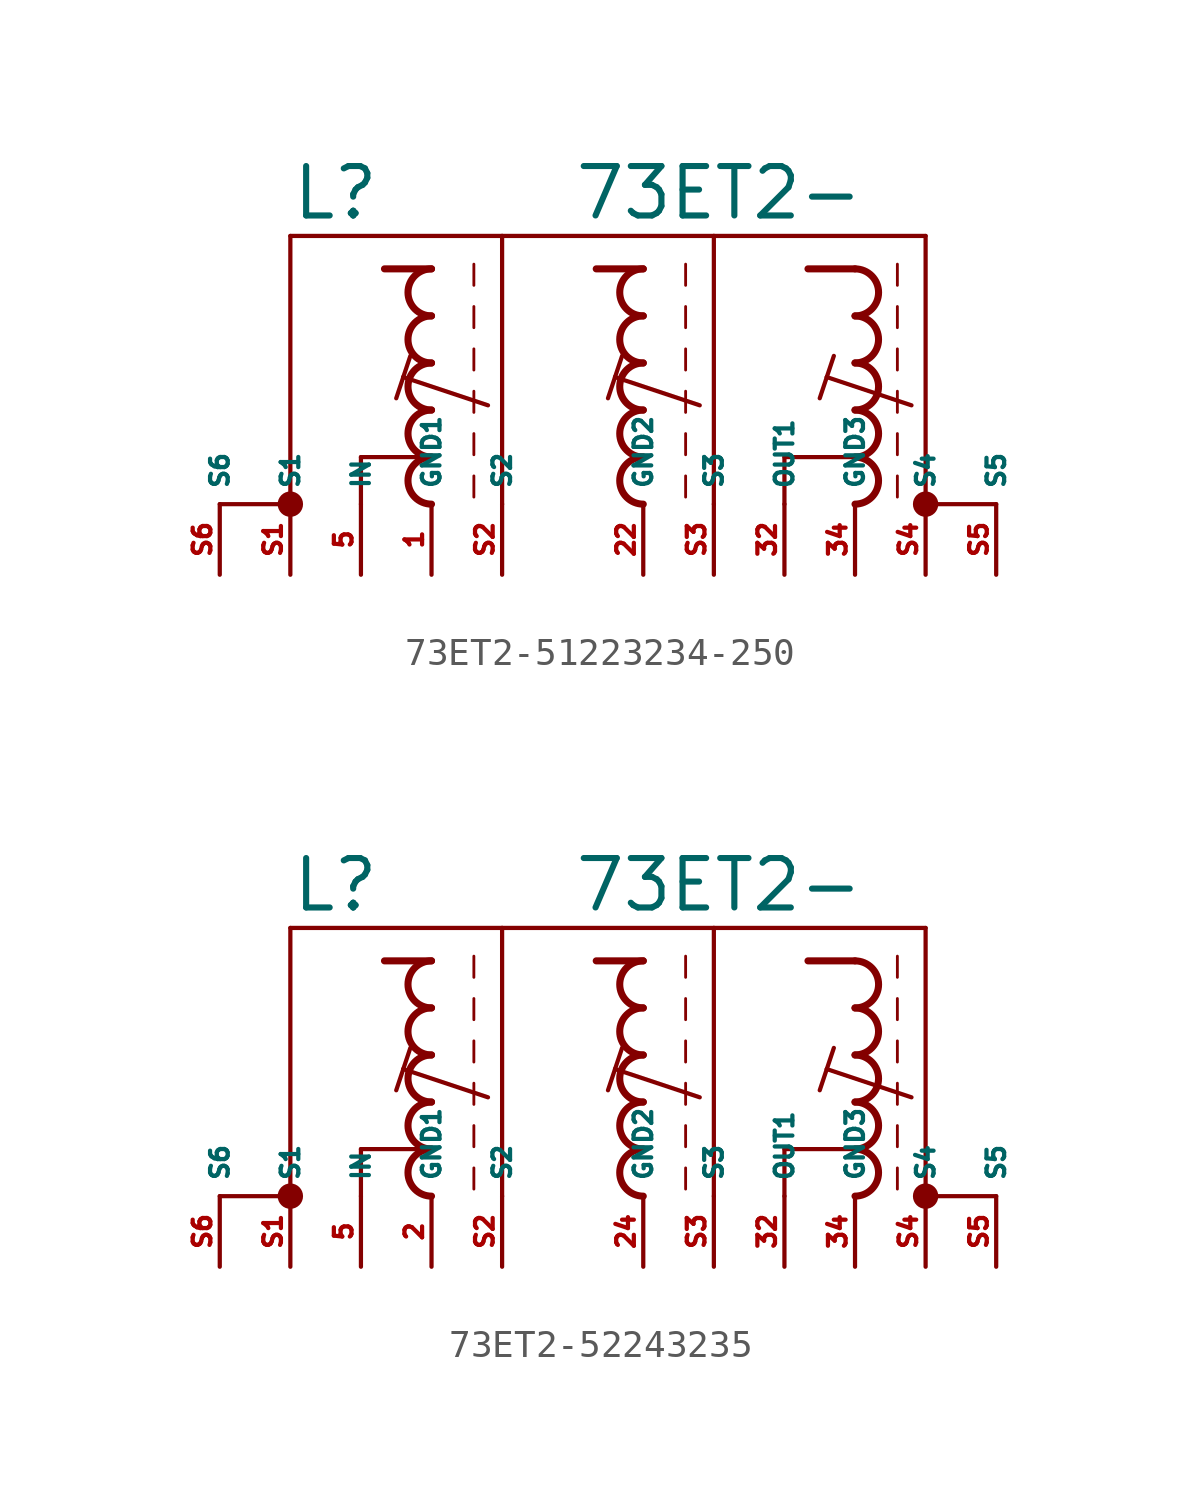
<source format=kicad_sym>
(kicad_symbol_lib
  (version 20220914)
  (generator kicad_symbol_editor)
  (symbol "73ET2-51223234-250"
    (property "Reference" "L"
      (at -12.7 7.62 0)
      (effects (font (size 1.778 1.778) (thickness 0.22)) (justify left bottom)))
    (property "Value" "73ET2-"
      (at -2.54 7.62 0)
      (effects (font (size 1.778 1.778) (thickness 0.22)) (justify left bottom)))
    (symbol "73ET2-51223234-250_1_1"
      (circle (center -12.7 -2.54) (radius 0.254) (stroke (width 0.406) (type default)) (fill (type none)))
      (arc (start -7.62 -0.8466) (mid -8.4664 -1.6933) (end -7.62 -2.54) (stroke (width 0.254) (type default)) (fill (type none)))
      (arc (start -7.62 0.8466) (mid -8.4662 0) (end -7.62 -0.8466) (stroke (width 0.254) (type default)) (fill (type none)))
      (arc (start -7.62 2.54) (mid -8.4664 1.6933) (end -7.62 0.8466) (stroke (width 0.254) (type default)) (fill (type none)))
      (arc (start -7.62 4.2334) (mid -8.4664 3.3867) (end -7.62 2.54) (stroke (width 0.254) (type default)) (fill (type none)))
      (arc (start -7.62 5.9266) (mid -8.4662 5.08) (end -7.62 4.2334) (stroke (width 0.254) (type default)) (fill (type none)))
      (arc (start 0 -0.8466) (mid -0.8464 -1.6933) (end 0 -2.54) (stroke (width 0.254) (type default)) (fill (type none)))
      (polyline (pts (xy -15.24 -2.54) (xy -12.7 -2.54)) (stroke (width 0.152) (type default)) (fill (type none)))
      (polyline (pts (xy -12.7 -2.54) (xy -12.7 7.112)) (stroke (width 0.152) (type default)) (fill (type none)))
      (polyline (pts (xy -12.7 7.112) (xy -5.08 7.112)) (stroke (width 0.152) (type default)) (fill (type none)))
      (polyline (pts (xy -10.16 -2.54) (xy -10.16 -0.847)) (stroke (width 0.152) (type default)) (fill (type none)))
      (polyline (pts (xy -10.16 -0.847) (xy -7.62 -0.847)) (stroke (width 0.152) (type default)) (fill (type none)))
      (polyline (pts (xy -8.636 2.032) (xy -8.89 1.27)) (stroke (width 0.152) (type default)) (fill (type none)))
      (polyline (pts (xy -8.382 2.794) (xy -8.636 2.032)) (stroke (width 0.152) (type default)) (fill (type none)))
      (polyline (pts (xy -7.62 5.927) (xy -9.313 5.927)) (stroke (width 0.254) (type default)) (fill (type none)))
      (polyline (pts (xy -6.096 -1.524) (xy -6.096 -2.286)) (stroke (width 0.102) (type default)) (fill (type none)))
      (polyline (pts (xy -6.096 0) (xy -6.096 -0.762)) (stroke (width 0.102) (type default)) (fill (type none)))
      (polyline (pts (xy -6.096 1.524) (xy -6.096 0.762)) (stroke (width 0.102) (type default)) (fill (type none)))
      (polyline (pts (xy -6.096 3.048) (xy -6.096 2.286)) (stroke (width 0.102) (type default)) (fill (type none)))
      (polyline (pts (xy -6.096 4.572) (xy -6.096 3.81)) (stroke (width 0.102) (type default)) (fill (type none)))
      (polyline (pts (xy -6.096 6.096) (xy -6.096 5.334)) (stroke (width 0.102) (type default)) (fill (type none)))
      (polyline (pts (xy -5.588 1.016) (xy -8.636 2.032)) (stroke (width 0.152) (type default)) (fill (type none)))
      (polyline (pts (xy -5.08 7.112) (xy -5.08 -2.54)) (stroke (width 0.152) (type default)) (fill (type none)))
      (polyline (pts (xy -5.08 7.112) (xy 2.54 7.112)) (stroke (width 0.152) (type default)) (fill (type none)))
      (polyline (pts (xy -1.016 2.032) (xy -1.27 1.27)) (stroke (width 0.152) (type default)) (fill (type none)))
      (polyline (pts (xy -0.762 2.794) (xy -1.016 2.032)) (stroke (width 0.152) (type default)) (fill (type none)))
      (polyline (pts (xy 0 5.927) (xy -1.693 5.927)) (stroke (width 0.254) (type default)) (fill (type none)))
      (polyline (pts (xy 1.524 -1.524) (xy 1.524 -2.286)) (stroke (width 0.102) (type default)) (fill (type none)))
      (polyline (pts (xy 1.524 0) (xy 1.524 -0.762)) (stroke (width 0.102) (type default)) (fill (type none)))
      (polyline (pts (xy 1.524 1.524) (xy 1.524 0.762)) (stroke (width 0.102) (type default)) (fill (type none)))
      (polyline (pts (xy 1.524 3.048) (xy 1.524 2.286)) (stroke (width 0.102) (type default)) (fill (type none)))
      (polyline (pts (xy 1.524 4.572) (xy 1.524 3.81)) (stroke (width 0.102) (type default)) (fill (type none)))
      (polyline (pts (xy 1.524 6.096) (xy 1.524 5.334)) (stroke (width 0.102) (type default)) (fill (type none)))
      (polyline (pts (xy 2.032 1.016) (xy -1.016 2.032)) (stroke (width 0.152) (type default)) (fill (type none)))
      (polyline (pts (xy 2.54 7.112) (xy 2.54 -2.54)) (stroke (width 0.152) (type default)) (fill (type none)))
      (polyline (pts (xy 2.54 7.112) (xy 10.16 7.112)) (stroke (width 0.152) (type default)) (fill (type none)))
      (polyline (pts (xy 5.08 -2.54) (xy 5.08 -0.847)) (stroke (width 0.152) (type default)) (fill (type none)))
      (polyline (pts (xy 5.08 -0.847) (xy 7.62 -0.847)) (stroke (width 0.152) (type default)) (fill (type none)))
      (polyline (pts (xy 6.604 2.032) (xy 6.35 1.27)) (stroke (width 0.152) (type default)) (fill (type none)))
      (polyline (pts (xy 6.858 2.794) (xy 6.604 2.032)) (stroke (width 0.152) (type default)) (fill (type none)))
      (polyline (pts (xy 7.62 5.927) (xy 5.927 5.927)) (stroke (width 0.254) (type default)) (fill (type none)))
      (polyline (pts (xy 9.144 -1.524) (xy 9.144 -2.286)) (stroke (width 0.102) (type default)) (fill (type none)))
      (polyline (pts (xy 9.144 0) (xy 9.144 -0.762)) (stroke (width 0.102) (type default)) (fill (type none)))
      (polyline (pts (xy 9.144 1.524) (xy 9.144 0.762)) (stroke (width 0.102) (type default)) (fill (type none)))
      (polyline (pts (xy 9.144 3.048) (xy 9.144 2.286)) (stroke (width 0.102) (type default)) (fill (type none)))
      (polyline (pts (xy 9.144 4.572) (xy 9.144 3.81)) (stroke (width 0.102) (type default)) (fill (type none)))
      (polyline (pts (xy 9.144 6.096) (xy 9.144 5.334)) (stroke (width 0.102) (type default)) (fill (type none)))
      (polyline (pts (xy 9.652 1.016) (xy 6.604 2.032)) (stroke (width 0.152) (type default)) (fill (type none)))
      (polyline (pts (xy 10.16 7.112) (xy 10.16 -2.54)) (stroke (width 0.152) (type default)) (fill (type none)))
      (polyline (pts (xy 12.7 -2.54) (xy 10.16 -2.54)) (stroke (width 0.152) (type default)) (fill (type none)))
      (arc (start 0 0.8466) (mid -0.8462 0) (end 0 -0.8466) (stroke (width 0.254) (type default)) (fill (type none)))
      (arc (start 0 2.54) (mid -0.8464 1.6933) (end 0 0.8466) (stroke (width 0.254) (type default)) (fill (type none)))
      (arc (start 0 4.2334) (mid -0.8464 3.3867) (end 0 2.54) (stroke (width 0.254) (type default)) (fill (type none)))
      (arc (start 0 5.9266) (mid -0.8462 5.08) (end 0 4.2334) (stroke (width 0.254) (type default)) (fill (type none)))
      (arc (start 7.62 -2.54) (mid 8.4631 -1.6933) (end 7.62 -0.8466) (stroke (width 0.254) (type default)) (fill (type none)))
      (arc (start 7.62 -0.8466) (mid 8.463 0) (end 7.62 0.8466) (stroke (width 0.254) (type default)) (fill (type none)))
      (arc (start 7.62 0.8466) (mid 8.4631 1.6933) (end 7.62 2.54) (stroke (width 0.254) (type default)) (fill (type none)))
      (arc (start 7.62 2.54) (mid 8.4631 3.3867) (end 7.62 4.2334) (stroke (width 0.254) (type default)) (fill (type none)))
      (arc (start 7.62 4.2334) (mid 8.463 5.08) (end 7.62 5.9266) (stroke (width 0.254) (type default)) (fill (type none)))
      (circle (center 10.16 -2.54) (radius 0.254) (stroke (width 0.406) (type default)) (fill (type none)))
      (pin passive line (at -7.62 -5.08 90) (length 2.54) (name "GND1" (effects (font (size 0.635 0.635)))) (number "1" (effects (font (size 0.635 0.635)))))
      (pin passive line (at 0 -5.08 90) (length 2.54) (name "GND2" (effects (font (size 0.635 0.635)))) (number "22" (effects (font (size 0.635 0.635)))))
      (pin passive line (at 5.08 -5.08 90) (length 2.54) (name "OUT1" (effects (font (size 0.635 0.635)))) (number "32" (effects (font (size 0.635 0.635)))))
      (pin passive line (at 7.62 -5.08 90) (length 2.54) (name "GND3" (effects (font (size 0.635 0.635)))) (number "34" (effects (font (size 0.635 0.635)))))
      (pin passive line (at -10.16 -5.08 90) (length 2.54) (name "IN" (effects (font (size 0.635 0.635)))) (number "5" (effects (font (size 0.635 0.635)))))
      (pin passive line (at -12.7 -5.08 90) (length 2.54) (name "S1" (effects (font (size 0.635 0.635)))) (number "S1" (effects (font (size 0.635 0.635)))))
      (pin passive line (at -5.08 -5.08 90) (length 2.54) (name "S2" (effects (font (size 0.635 0.635)))) (number "S2" (effects (font (size 0.635 0.635)))))
      (pin passive line (at 2.54 -5.08 90) (length 2.54) (name "S3" (effects (font (size 0.635 0.635)))) (number "S3" (effects (font (size 0.635 0.635)))))
      (pin passive line (at 10.16 -5.08 90) (length 2.54) (name "S4" (effects (font (size 0.635 0.635)))) (number "S4" (effects (font (size 0.635 0.635)))))
      (pin passive line (at 12.7 -5.08 90) (length 2.54) (name "S5" (effects (font (size 0.635 0.635)))) (number "S5" (effects (font (size 0.635 0.635)))))
      (pin passive line (at -15.24 -5.08 90) (length 2.54) (name "S6" (effects (font (size 0.635 0.635)))) (number "S6" (effects (font (size 0.635 0.635)))))))
  (symbol "73ET2-52243235"
    (property "Reference" "L"
      (at -12.7 7.62 0)
      (effects (font (size 1.778 1.778) (thickness 0.22)) (justify left bottom)))
    (property "Value" "73ET2-"
      (at -2.54 7.62 0)
      (effects (font (size 1.778 1.778) (thickness 0.22)) (justify left bottom)))
    (symbol "73ET2-52243235_1_1"
      (circle (center -12.7 -2.54) (radius 0.254) (stroke (width 0.406) (type default)) (fill (type none)))
      (arc (start -7.62 -0.8466) (mid -8.4664 -1.6933) (end -7.62 -2.54) (stroke (width 0.254) (type default)) (fill (type none)))
      (arc (start -7.62 0.8466) (mid -8.4662 0) (end -7.62 -0.8466) (stroke (width 0.254) (type default)) (fill (type none)))
      (arc (start -7.62 2.54) (mid -8.4664 1.6933) (end -7.62 0.8466) (stroke (width 0.254) (type default)) (fill (type none)))
      (arc (start -7.62 4.2334) (mid -8.4664 3.3867) (end -7.62 2.54) (stroke (width 0.254) (type default)) (fill (type none)))
      (arc (start -7.62 5.9266) (mid -8.4662 5.08) (end -7.62 4.2334) (stroke (width 0.254) (type default)) (fill (type none)))
      (arc (start 0 -0.8466) (mid -0.8464 -1.6933) (end 0 -2.54) (stroke (width 0.254) (type default)) (fill (type none)))
      (polyline (pts (xy -15.24 -2.54) (xy -12.7 -2.54)) (stroke (width 0.152) (type default)) (fill (type none)))
      (polyline (pts (xy -12.7 -2.54) (xy -12.7 7.112)) (stroke (width 0.152) (type default)) (fill (type none)))
      (polyline (pts (xy -12.7 7.112) (xy -5.08 7.112)) (stroke (width 0.152) (type default)) (fill (type none)))
      (polyline (pts (xy -10.16 -2.54) (xy -10.16 -0.847)) (stroke (width 0.152) (type default)) (fill (type none)))
      (polyline (pts (xy -10.16 -0.847) (xy -7.62 -0.847)) (stroke (width 0.152) (type default)) (fill (type none)))
      (polyline (pts (xy -8.636 2.032) (xy -8.89 1.27)) (stroke (width 0.152) (type default)) (fill (type none)))
      (polyline (pts (xy -8.382 2.794) (xy -8.636 2.032)) (stroke (width 0.152) (type default)) (fill (type none)))
      (polyline (pts (xy -7.62 5.927) (xy -9.313 5.927)) (stroke (width 0.254) (type default)) (fill (type none)))
      (polyline (pts (xy -6.096 -1.524) (xy -6.096 -2.286)) (stroke (width 0.102) (type default)) (fill (type none)))
      (polyline (pts (xy -6.096 0) (xy -6.096 -0.762)) (stroke (width 0.102) (type default)) (fill (type none)))
      (polyline (pts (xy -6.096 1.524) (xy -6.096 0.762)) (stroke (width 0.102) (type default)) (fill (type none)))
      (polyline (pts (xy -6.096 3.048) (xy -6.096 2.286)) (stroke (width 0.102) (type default)) (fill (type none)))
      (polyline (pts (xy -6.096 4.572) (xy -6.096 3.81)) (stroke (width 0.102) (type default)) (fill (type none)))
      (polyline (pts (xy -6.096 6.096) (xy -6.096 5.334)) (stroke (width 0.102) (type default)) (fill (type none)))
      (polyline (pts (xy -5.588 1.016) (xy -8.636 2.032)) (stroke (width 0.152) (type default)) (fill (type none)))
      (polyline (pts (xy -5.08 7.112) (xy -5.08 -2.54)) (stroke (width 0.152) (type default)) (fill (type none)))
      (polyline (pts (xy -5.08 7.112) (xy 2.54 7.112)) (stroke (width 0.152) (type default)) (fill (type none)))
      (polyline (pts (xy -1.016 2.032) (xy -1.27 1.27)) (stroke (width 0.152) (type default)) (fill (type none)))
      (polyline (pts (xy -0.762 2.794) (xy -1.016 2.032)) (stroke (width 0.152) (type default)) (fill (type none)))
      (polyline (pts (xy 0 5.927) (xy -1.693 5.927)) (stroke (width 0.254) (type default)) (fill (type none)))
      (polyline (pts (xy 1.524 -1.524) (xy 1.524 -2.286)) (stroke (width 0.102) (type default)) (fill (type none)))
      (polyline (pts (xy 1.524 0) (xy 1.524 -0.762)) (stroke (width 0.102) (type default)) (fill (type none)))
      (polyline (pts (xy 1.524 1.524) (xy 1.524 0.762)) (stroke (width 0.102) (type default)) (fill (type none)))
      (polyline (pts (xy 1.524 3.048) (xy 1.524 2.286)) (stroke (width 0.102) (type default)) (fill (type none)))
      (polyline (pts (xy 1.524 4.572) (xy 1.524 3.81)) (stroke (width 0.102) (type default)) (fill (type none)))
      (polyline (pts (xy 1.524 6.096) (xy 1.524 5.334)) (stroke (width 0.102) (type default)) (fill (type none)))
      (polyline (pts (xy 2.032 1.016) (xy -1.016 2.032)) (stroke (width 0.152) (type default)) (fill (type none)))
      (polyline (pts (xy 2.54 7.112) (xy 2.54 -2.54)) (stroke (width 0.152) (type default)) (fill (type none)))
      (polyline (pts (xy 2.54 7.112) (xy 10.16 7.112)) (stroke (width 0.152) (type default)) (fill (type none)))
      (polyline (pts (xy 5.08 -2.54) (xy 5.08 -0.847)) (stroke (width 0.152) (type default)) (fill (type none)))
      (polyline (pts (xy 5.08 -0.847) (xy 7.62 -0.847)) (stroke (width 0.152) (type default)) (fill (type none)))
      (polyline (pts (xy 6.604 2.032) (xy 6.35 1.27)) (stroke (width 0.152) (type default)) (fill (type none)))
      (polyline (pts (xy 6.858 2.794) (xy 6.604 2.032)) (stroke (width 0.152) (type default)) (fill (type none)))
      (polyline (pts (xy 7.62 5.927) (xy 5.927 5.927)) (stroke (width 0.254) (type default)) (fill (type none)))
      (polyline (pts (xy 9.144 -1.524) (xy 9.144 -2.286)) (stroke (width 0.102) (type default)) (fill (type none)))
      (polyline (pts (xy 9.144 0) (xy 9.144 -0.762)) (stroke (width 0.102) (type default)) (fill (type none)))
      (polyline (pts (xy 9.144 1.524) (xy 9.144 0.762)) (stroke (width 0.102) (type default)) (fill (type none)))
      (polyline (pts (xy 9.144 3.048) (xy 9.144 2.286)) (stroke (width 0.102) (type default)) (fill (type none)))
      (polyline (pts (xy 9.144 4.572) (xy 9.144 3.81)) (stroke (width 0.102) (type default)) (fill (type none)))
      (polyline (pts (xy 9.144 6.096) (xy 9.144 5.334)) (stroke (width 0.102) (type default)) (fill (type none)))
      (polyline (pts (xy 9.652 1.016) (xy 6.604 2.032)) (stroke (width 0.152) (type default)) (fill (type none)))
      (polyline (pts (xy 10.16 7.112) (xy 10.16 -2.54)) (stroke (width 0.152) (type default)) (fill (type none)))
      (polyline (pts (xy 12.7 -2.54) (xy 10.16 -2.54)) (stroke (width 0.152) (type default)) (fill (type none)))
      (arc (start 0 0.8466) (mid -0.8462 0) (end 0 -0.8466) (stroke (width 0.254) (type default)) (fill (type none)))
      (arc (start 0 2.54) (mid -0.8464 1.6933) (end 0 0.8466) (stroke (width 0.254) (type default)) (fill (type none)))
      (arc (start 0 4.2334) (mid -0.8464 3.3867) (end 0 2.54) (stroke (width 0.254) (type default)) (fill (type none)))
      (arc (start 0 5.9266) (mid -0.8462 5.08) (end 0 4.2334) (stroke (width 0.254) (type default)) (fill (type none)))
      (arc (start 7.62 -2.54) (mid 8.4631 -1.6933) (end 7.62 -0.8466) (stroke (width 0.254) (type default)) (fill (type none)))
      (arc (start 7.62 -0.8466) (mid 8.463 0) (end 7.62 0.8466) (stroke (width 0.254) (type default)) (fill (type none)))
      (arc (start 7.62 0.8466) (mid 8.4631 1.6933) (end 7.62 2.54) (stroke (width 0.254) (type default)) (fill (type none)))
      (arc (start 7.62 2.54) (mid 8.4631 3.3867) (end 7.62 4.2334) (stroke (width 0.254) (type default)) (fill (type none)))
      (arc (start 7.62 4.2334) (mid 8.463 5.08) (end 7.62 5.9266) (stroke (width 0.254) (type default)) (fill (type none)))
      (circle (center 10.16 -2.54) (radius 0.254) (stroke (width 0.406) (type default)) (fill (type none)))
      (pin passive line (at -7.62 -5.08 90) (length 2.54) (name "GND1" (effects (font (size 0.635 0.635)))) (number "2" (effects (font (size 0.635 0.635)))))
      (pin passive line (at 0 -5.08 90) (length 2.54) (name "GND2" (effects (font (size 0.635 0.635)))) (number "24" (effects (font (size 0.635 0.635)))))
      (pin passive line (at 5.08 -5.08 90) (length 2.54) (name "OUT1" (effects (font (size 0.635 0.635)))) (number "32" (effects (font (size 0.635 0.635)))))
      (pin passive line (at 7.62 -5.08 90) (length 2.54) (name "GND3" (effects (font (size 0.635 0.635)))) (number "34" (effects (font (size 0.635 0.635)))))
      (pin passive line (at -10.16 -5.08 90) (length 2.54) (name "IN" (effects (font (size 0.635 0.635)))) (number "5" (effects (font (size 0.635 0.635)))))
      (pin passive line (at -12.7 -5.08 90) (length 2.54) (name "S1" (effects (font (size 0.635 0.635)))) (number "S1" (effects (font (size 0.635 0.635)))))
      (pin passive line (at -5.08 -5.08 90) (length 2.54) (name "S2" (effects (font (size 0.635 0.635)))) (number "S2" (effects (font (size 0.635 0.635)))))
      (pin passive line (at 2.54 -5.08 90) (length 2.54) (name "S3" (effects (font (size 0.635 0.635)))) (number "S3" (effects (font (size 0.635 0.635)))))
      (pin passive line (at 10.16 -5.08 90) (length 2.54) (name "S4" (effects (font (size 0.635 0.635)))) (number "S4" (effects (font (size 0.635 0.635)))))
      (pin passive line (at 12.7 -5.08 90) (length 2.54) (name "S5" (effects (font (size 0.635 0.635)))) (number "S5" (effects (font (size 0.635 0.635)))))
      (pin passive line (at -15.24 -5.08 90) (length 2.54) (name "S6" (effects (font (size 0.635 0.635)))) (number "S6" (effects (font (size 0.635 0.635))))))))
</source>
